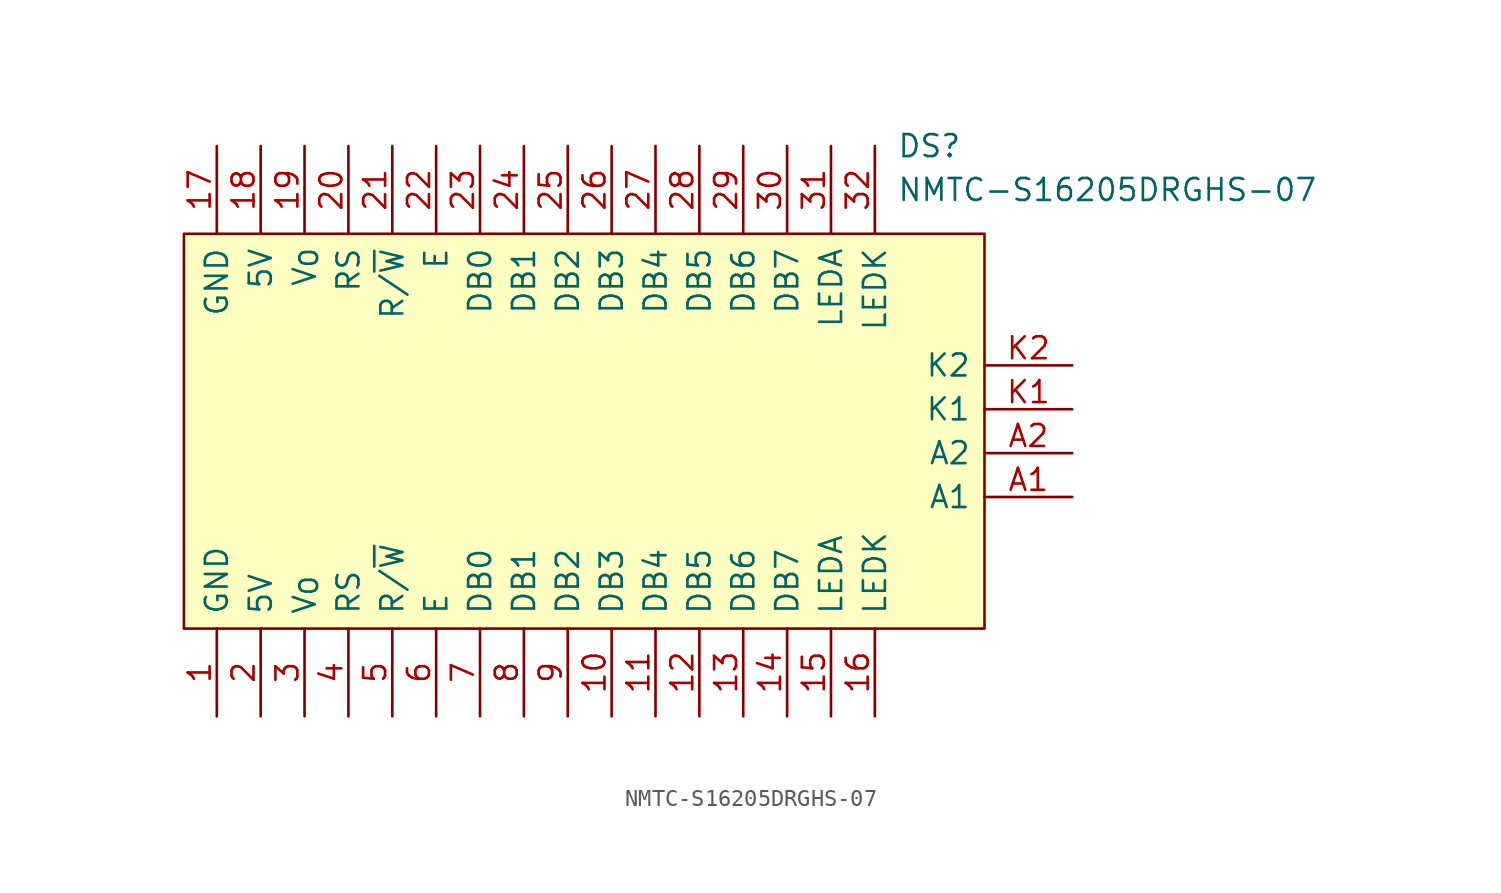
<source format=kicad_sym>
(kicad_symbol_lib
  (version 20211014)
  (generator kicad_symbol_editor)
  (symbol "NMTC-S16205DRGHS-07"
    (pin_names
      (offset 0.762))
    (property "Reference" "DS"
      (at 35.56 -21.59 0)
      (effects (font (size 1.27 1.27)) (justify left)))
    (property "Value" "NMTC-S16205DRGHS-07"
      (at 35.56 -24.13 0)
      (effects (font (size 1.27 1.27)) (justify left)))
    (symbol "NMTC-S16205DRGHS-07_0_0"
      (pin passive line (at -3.81 -54.61 90) (length 5.08) (name "GND" (effects (font (size 1.27 1.27)))) (number "1" (effects (font (size 1.27 1.27)))))
      (pin bidirectional line (at 19.05 -54.61 90) (length 5.08) (name "DB3" (effects (font (size 1.27 1.27)))) (number "10" (effects (font (size 1.27 1.27)))))
      (pin bidirectional line (at 21.59 -54.61 90) (length 5.08) (name "DB4" (effects (font (size 1.27 1.27)))) (number "11" (effects (font (size 1.27 1.27)))))
      (pin bidirectional line (at 24.13 -54.61 90) (length 5.08) (name "DB5" (effects (font (size 1.27 1.27)))) (number "12" (effects (font (size 1.27 1.27)))))
      (pin bidirectional line (at 26.67 -54.61 90) (length 5.08) (name "DB6" (effects (font (size 1.27 1.27)))) (number "13" (effects (font (size 1.27 1.27)))))
      (pin bidirectional line (at 29.21 -54.61 90) (length 5.08) (name "DB7" (effects (font (size 1.27 1.27)))) (number "14" (effects (font (size 1.27 1.27)))))
      (pin passive line (at 31.75 -54.61 90) (length 5.08) (name "LEDA" (effects (font (size 1.27 1.27)))) (number "15" (effects (font (size 1.27 1.27)))))
      (pin passive line (at 34.29 -54.61 90) (length 5.08) (name "LEDK" (effects (font (size 1.27 1.27)))) (number "16" (effects (font (size 1.27 1.27)))))
      (pin passive line (at -3.81 -21.59 270) (length 5.08) (name "GND" (effects (font (size 1.27 1.27)))) (number "17" (effects (font (size 1.27 1.27)))))
      (pin passive line (at -1.27 -21.59 270) (length 5.08) (name "5V" (effects (font (size 1.27 1.27)))) (number "18" (effects (font (size 1.27 1.27)))))
      (pin passive line (at 1.27 -21.59 270) (length 5.08) (name "V_{O}" (effects (font (size 1.27 1.27)))) (number "19" (effects (font (size 1.27 1.27)))))
      (pin passive line (at -1.27 -54.61 90) (length 5.08) (name "5V" (effects (font (size 1.27 1.27)))) (number "2" (effects (font (size 1.27 1.27)))))
      (pin input line (at 3.81 -21.59 270) (length 5.08) (name "RS" (effects (font (size 1.27 1.27)))) (number "20" (effects (font (size 1.27 1.27)))))
      (pin input line (at 6.35 -21.59 270) (length 5.08) (name "R/~{W}" (effects (font (size 1.27 1.27)))) (number "21" (effects (font (size 1.27 1.27)))))
      (pin input line (at 8.89 -21.59 270) (length 5.08) (name "E" (effects (font (size 1.27 1.27)))) (number "22" (effects (font (size 1.27 1.27)))))
      (pin bidirectional line (at 11.43 -21.59 270) (length 5.08) (name "DB0" (effects (font (size 1.27 1.27)))) (number "23" (effects (font (size 1.27 1.27)))))
      (pin bidirectional line (at 13.97 -21.59 270) (length 5.08) (name "DB1" (effects (font (size 1.27 1.27)))) (number "24" (effects (font (size 1.27 1.27)))))
      (pin bidirectional line (at 16.51 -21.59 270) (length 5.08) (name "DB2" (effects (font (size 1.27 1.27)))) (number "25" (effects (font (size 1.27 1.27)))))
      (pin bidirectional line (at 19.05 -21.59 270) (length 5.08) (name "DB3" (effects (font (size 1.27 1.27)))) (number "26" (effects (font (size 1.27 1.27)))))
      (pin bidirectional line (at 21.59 -21.59 270) (length 5.08) (name "DB4" (effects (font (size 1.27 1.27)))) (number "27" (effects (font (size 1.27 1.27)))))
      (pin bidirectional line (at 24.13 -21.59 270) (length 5.08) (name "DB5" (effects (font (size 1.27 1.27)))) (number "28" (effects (font (size 1.27 1.27)))))
      (pin bidirectional line (at 26.67 -21.59 270) (length 5.08) (name "DB6" (effects (font (size 1.27 1.27)))) (number "29" (effects (font (size 1.27 1.27)))))
      (pin passive line (at 1.27 -54.61 90) (length 5.08) (name "V_{O}" (effects (font (size 1.27 1.27)))) (number "3" (effects (font (size 1.27 1.27)))))
      (pin bidirectional line (at 29.21 -21.59 270) (length 5.08) (name "DB7" (effects (font (size 1.27 1.27)))) (number "30" (effects (font (size 1.27 1.27)))))
      (pin passive line (at 31.75 -21.59 270) (length 5.08) (name "LEDA" (effects (font (size 1.27 1.27)))) (number "31" (effects (font (size 1.27 1.27)))))
      (pin passive line (at 34.29 -21.59 270) (length 5.08) (name "LEDK" (effects (font (size 1.27 1.27)))) (number "32" (effects (font (size 1.27 1.27)))))
      (pin input line (at 3.81 -54.61 90) (length 5.08) (name "RS" (effects (font (size 1.27 1.27)))) (number "4" (effects (font (size 1.27 1.27)))))
      (pin input line (at 6.35 -54.61 90) (length 5.08) (name "R/~{W}" (effects (font (size 1.27 1.27)))) (number "5" (effects (font (size 1.27 1.27)))))
      (pin input line (at 8.89 -54.61 90) (length 5.08) (name "E" (effects (font (size 1.27 1.27)))) (number "6" (effects (font (size 1.27 1.27)))))
      (pin bidirectional line (at 11.43 -54.61 90) (length 5.08) (name "DB0" (effects (font (size 1.27 1.27)))) (number "7" (effects (font (size 1.27 1.27)))))
      (pin bidirectional line (at 13.97 -54.61 90) (length 5.08) (name "DB1" (effects (font (size 1.27 1.27)))) (number "8" (effects (font (size 1.27 1.27)))))
      (pin bidirectional line (at 16.51 -54.61 90) (length 5.08) (name "DB2" (effects (font (size 1.27 1.27)))) (number "9" (effects (font (size 1.27 1.27)))))
      (pin passive line (at 45.72 -41.91 180) (length 5.08) (name "A1" (effects (font (size 1.27 1.27)))) (number "A1" (effects (font (size 1.27 1.27)))))
      (pin passive line (at 45.72 -39.37 180) (length 5.08) (name "A2" (effects (font (size 1.27 1.27)))) (number "A2" (effects (font (size 1.27 1.27)))))
      (pin passive line (at 45.72 -36.83 180) (length 5.08) (name "K1" (effects (font (size 1.27 1.27)))) (number "K1" (effects (font (size 1.27 1.27)))))
      (pin passive line (at 45.72 -34.29 180) (length 5.08) (name "K2" (effects (font (size 1.27 1.27)))) (number "K2" (effects (font (size 1.27 1.27)))))
      (pin no_connect line (at 45.72 -29.21 180) (length 5.08) hide (name "" (effects (font (size 1.27 1.27)))) (number "MH1" (effects (font (size 1.27 1.27)))))
      (pin no_connect line (at 45.72 -31.75 180) (length 5.08) hide (name "" (effects (font (size 1.27 1.27)))) (number "MH2" (effects (font (size 1.27 1.27)))))
      (pin no_connect line (at 45.72 -44.45 180) (length 5.08) hide (name "" (effects (font (size 1.27 1.27)))) (number "MH3" (effects (font (size 1.27 1.27)))))
      (pin no_connect line (at 45.72 -46.99 180) (length 5.08) hide (name "" (effects (font (size 1.27 1.27)))) (number "MH4" (effects (font (size 1.27 1.27))))))
    (symbol "NMTC-S16205DRGHS-07_0_1"
      (polyline (pts (xy -5.715 -49.53) (xy -5.715 -26.67) (xy 40.64 -26.67) (xy 40.64 -49.53) (xy -5.715 -49.53)) (stroke (width 0.152) (type default) (color 0 0 0 0)) (fill (type background))))))
</source>
